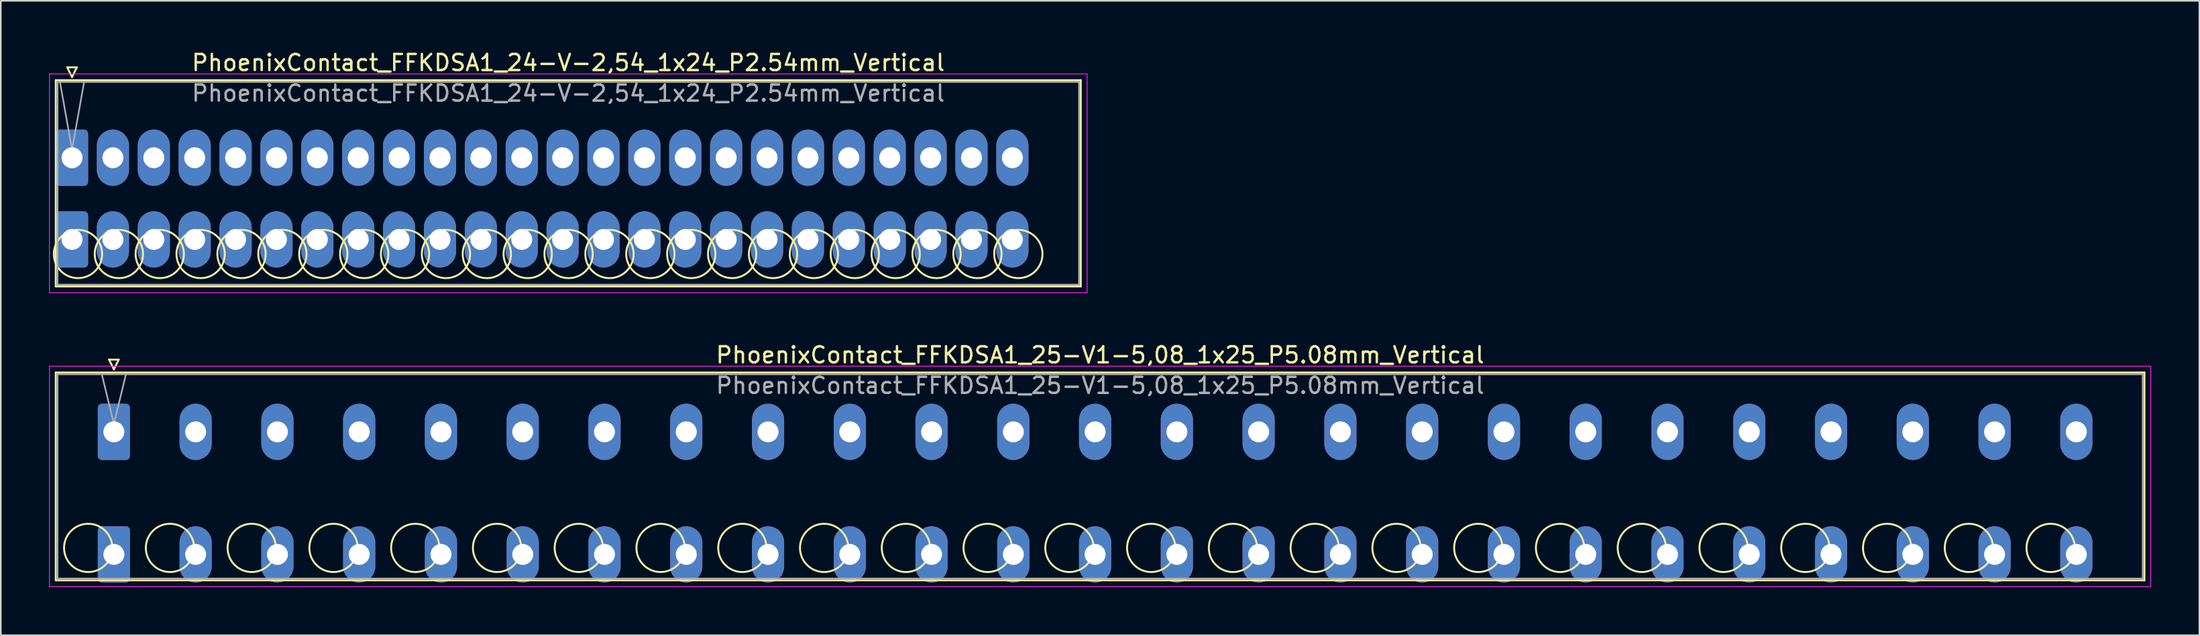
<source format=kicad_pcb>
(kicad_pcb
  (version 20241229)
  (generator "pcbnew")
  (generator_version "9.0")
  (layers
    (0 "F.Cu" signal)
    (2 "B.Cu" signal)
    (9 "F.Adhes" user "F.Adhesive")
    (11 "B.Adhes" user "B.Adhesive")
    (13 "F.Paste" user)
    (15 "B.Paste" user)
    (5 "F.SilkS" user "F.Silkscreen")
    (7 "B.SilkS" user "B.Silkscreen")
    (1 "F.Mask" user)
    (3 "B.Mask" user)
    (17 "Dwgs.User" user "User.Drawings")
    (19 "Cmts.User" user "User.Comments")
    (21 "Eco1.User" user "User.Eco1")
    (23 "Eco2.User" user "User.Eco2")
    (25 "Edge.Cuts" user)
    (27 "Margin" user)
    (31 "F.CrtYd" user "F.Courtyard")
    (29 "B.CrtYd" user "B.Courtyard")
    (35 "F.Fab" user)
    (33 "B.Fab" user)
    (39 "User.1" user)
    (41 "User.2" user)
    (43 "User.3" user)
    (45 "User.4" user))
  (footprint "PhoenixContact_FFKDSA1_25-V1-5,08_1x25_P5.08mm_Vertical"
    (layer "F.Cu")
    (at 4.025 23.802)
    (property "Reference" "PhoenixContact_FFKDSA1_25-V1-5,08_1x25_P5.08mm_Vertical" (at 61.27 -4.78 0) (layer "F.SilkS") (effects (font (size 1 1) (thickness 0.15))))
    (attr through_hole)
    (fp_line (start -3.61 -3.69) (end -3.61 9.23) (stroke (width 0.12) (type solid)) (layer "F.SilkS"))
    (fp_line (start -3.61 9.23) (end 126.15 9.23) (stroke (width 0.12) (type solid)) (layer "F.SilkS"))
    (fp_line (start -0.3 -4.49) (end 0.3 -4.49) (stroke (width 0.12) (type solid)) (layer "F.SilkS"))
    (fp_line (start 0 -3.89) (end -0.3 -4.49) (stroke (width 0.12) (type solid)) (layer "F.SilkS"))
    (fp_line (start 0.3 -4.49) (end 0 -3.89) (stroke (width 0.12) (type solid)) (layer "F.SilkS"))
    (fp_line (start 126.15 -3.69) (end -3.61 -3.69) (stroke (width 0.12) (type solid)) (layer "F.SilkS"))
    (fp_line (start 126.15 9.23) (end 126.15 -3.69) (stroke (width 0.12) (type solid)) (layer "F.SilkS"))
    (fp_circle (center -1.595 7.215) (end -0.095 7.215) (stroke (width 0.12) (type solid)) (fill no) (layer "F.SilkS"))
    (fp_circle (center 3.485 7.215) (end 4.985 7.215) (stroke (width 0.12) (type solid)) (fill no) (layer "F.SilkS"))
    (fp_circle (center 8.565 7.215) (end 10.065 7.215) (stroke (width 0.12) (type solid)) (fill no) (layer "F.SilkS"))
    (fp_circle (center 13.645 7.215) (end 15.145 7.215) (stroke (width 0.12) (type solid)) (fill no) (layer "F.SilkS"))
    (fp_circle (center 18.725 7.215) (end 20.225 7.215) (stroke (width 0.12) (type solid)) (fill no) (layer "F.SilkS"))
    (fp_circle (center 23.805 7.215) (end 25.305 7.215) (stroke (width 0.12) (type solid)) (fill no) (layer "F.SilkS"))
    (fp_circle (center 28.885 7.215) (end 30.385 7.215) (stroke (width 0.12) (type solid)) (fill no) (layer "F.SilkS"))
    (fp_circle (center 33.965 7.215) (end 35.465 7.215) (stroke (width 0.12) (type solid)) (fill no) (layer "F.SilkS"))
    (fp_circle (center 39.045 7.215) (end 40.545 7.215) (stroke (width 0.12) (type solid)) (fill no) (layer "F.SilkS"))
    (fp_circle (center 44.125 7.215) (end 45.625 7.215) (stroke (width 0.12) (type solid)) (fill no) (layer "F.SilkS"))
    (fp_circle (center 49.205 7.215) (end 50.705 7.215) (stroke (width 0.12) (type solid)) (fill no) (layer "F.SilkS"))
    (fp_circle (center 54.285 7.215) (end 55.785 7.215) (stroke (width 0.12) (type solid)) (fill no) (layer "F.SilkS"))
    (fp_circle (center 59.365 7.215) (end 60.865 7.215) (stroke (width 0.12) (type solid)) (fill no) (layer "F.SilkS"))
    (fp_circle (center 64.445 7.215) (end 65.945 7.215) (stroke (width 0.12) (type solid)) (fill no) (layer "F.SilkS"))
    (fp_circle (center 69.525 7.215) (end 71.025 7.215) (stroke (width 0.12) (type solid)) (fill no) (layer "F.SilkS"))
    (fp_circle (center 74.605 7.215) (end 76.105 7.215) (stroke (width 0.12) (type solid)) (fill no) (layer "F.SilkS"))
    (fp_circle (center 79.685 7.215) (end 81.185 7.215) (stroke (width 0.12) (type solid)) (fill no) (layer "F.SilkS"))
    (fp_circle (center 84.765 7.215) (end 86.265 7.215) (stroke (width 0.12) (type solid)) (fill no) (layer "F.SilkS"))
    (fp_circle (center 89.845 7.215) (end 91.345 7.215) (stroke (width 0.12) (type solid)) (fill no) (layer "F.SilkS"))
    (fp_circle (center 94.925 7.215) (end 96.425 7.215) (stroke (width 0.12) (type solid)) (fill no) (layer "F.SilkS"))
    (fp_circle (center 100.005 7.215) (end 101.505 7.215) (stroke (width 0.12) (type solid)) (fill no) (layer "F.SilkS"))
    (fp_circle (center 105.085 7.215) (end 106.585 7.215) (stroke (width 0.12) (type solid)) (fill no) (layer "F.SilkS"))
    (fp_circle (center 110.165 7.215) (end 111.665 7.215) (stroke (width 0.12) (type solid)) (fill no) (layer "F.SilkS"))
    (fp_circle (center 115.245 7.215) (end 116.745 7.215) (stroke (width 0.12) (type solid)) (fill no) (layer "F.SilkS"))
    (fp_circle (center 120.325 7.215) (end 121.825 7.215) (stroke (width 0.12) (type solid)) (fill no) (layer "F.SilkS"))
    (fp_line (start -4 -4.08) (end -4 9.62) (stroke (width 0.05) (type solid)) (layer "F.CrtYd"))
    (fp_line (start -4 9.62) (end 126.54 9.62) (stroke (width 0.05) (type solid)) (layer "F.CrtYd"))
    (fp_line (start 126.54 -4.08) (end -4 -4.08) (stroke (width 0.05) (type solid)) (layer "F.CrtYd"))
    (fp_line (start 126.54 9.62) (end 126.54 -4.08) (stroke (width 0.05) (type solid)) (layer "F.CrtYd"))
    (fp_line (start -3.5 -3.58) (end -3.5 9.12) (stroke (width 0.1) (type solid)) (layer "F.Fab"))
    (fp_line (start -3.5 9.12) (end 126.04 9.12) (stroke (width 0.1) (type solid)) (layer "F.Fab"))
    (fp_line (start 0 -0.5) (end -0.75 -3.58) (stroke (width 0.1) (type solid)) (layer "F.Fab"))
    (fp_line (start 0.75 -3.58) (end 0 -0.5) (stroke (width 0.1) (type solid)) (layer "F.Fab"))
    (fp_line (start 126.04 -3.58) (end -3.5 -3.58) (stroke (width 0.1) (type solid)) (layer "F.Fab"))
    (fp_line (start 126.04 9.12) (end 126.04 -3.58) (stroke (width 0.1) (type solid)) (layer "F.Fab"))
    (fp_text user "${REFERENCE}" (at 61.27 -2.88 0) (layer "F.Fab") (effects (font (size 1 1) (thickness 0.15))))
    (pad "1" thru_hole roundrect (at 0 0) (size 2 3.5) (drill 1.3) (layers "*.Cu" "*.Mask") (roundrect_rratio 0.125))
    (pad "1" thru_hole roundrect (at 0 7.62) (size 2 3.5) (drill 1.3) (layers "*.Cu" "*.Mask") (roundrect_rratio 0.125))
    (pad "2" thru_hole oval (at 5.08 0) (size 2 3.5) (drill 1.3) (layers "*.Cu" "*.Mask"))
    (pad "2" thru_hole oval (at 5.08 7.62) (size 2 3.5) (drill 1.3) (layers "*.Cu" "*.Mask"))
    (pad "3" thru_hole oval (at 10.16 0) (size 2 3.5) (drill 1.3) (layers "*.Cu" "*.Mask"))
    (pad "3" thru_hole oval (at 10.16 7.62) (size 2 3.5) (drill 1.3) (layers "*.Cu" "*.Mask"))
    (pad "4" thru_hole oval (at 15.24 0) (size 2 3.5) (drill 1.3) (layers "*.Cu" "*.Mask"))
    (pad "4" thru_hole oval (at 15.24 7.62) (size 2 3.5) (drill 1.3) (layers "*.Cu" "*.Mask"))
    (pad "5" thru_hole oval (at 20.32 0) (size 2 3.5) (drill 1.3) (layers "*.Cu" "*.Mask"))
    (pad "5" thru_hole oval (at 20.32 7.62) (size 2 3.5) (drill 1.3) (layers "*.Cu" "*.Mask"))
    (pad "6" thru_hole oval (at 25.4 0) (size 2 3.5) (drill 1.3) (layers "*.Cu" "*.Mask"))
    (pad "6" thru_hole oval (at 25.4 7.62) (size 2 3.5) (drill 1.3) (layers "*.Cu" "*.Mask"))
    (pad "7" thru_hole oval (at 30.48 0) (size 2 3.5) (drill 1.3) (layers "*.Cu" "*.Mask"))
    (pad "7" thru_hole oval (at 30.48 7.62) (size 2 3.5) (drill 1.3) (layers "*.Cu" "*.Mask"))
    (pad "8" thru_hole oval (at 35.56 0) (size 2 3.5) (drill 1.3) (layers "*.Cu" "*.Mask"))
    (pad "8" thru_hole oval (at 35.56 7.62) (size 2 3.5) (drill 1.3) (layers "*.Cu" "*.Mask"))
    (pad "9" thru_hole oval (at 40.64 0) (size 2 3.5) (drill 1.3) (layers "*.Cu" "*.Mask"))
    (pad "9" thru_hole oval (at 40.64 7.62) (size 2 3.5) (drill 1.3) (layers "*.Cu" "*.Mask"))
    (pad "10" thru_hole oval (at 45.72 0) (size 2 3.5) (drill 1.3) (layers "*.Cu" "*.Mask"))
    (pad "10" thru_hole oval (at 45.72 7.62) (size 2 3.5) (drill 1.3) (layers "*.Cu" "*.Mask"))
    (pad "11" thru_hole oval (at 50.8 0) (size 2 3.5) (drill 1.3) (layers "*.Cu" "*.Mask"))
    (pad "11" thru_hole oval (at 50.8 7.62) (size 2 3.5) (drill 1.3) (layers "*.Cu" "*.Mask"))
    (pad "12" thru_hole oval (at 55.88 0) (size 2 3.5) (drill 1.3) (layers "*.Cu" "*.Mask"))
    (pad "12" thru_hole oval (at 55.88 7.62) (size 2 3.5) (drill 1.3) (layers "*.Cu" "*.Mask"))
    (pad "13" thru_hole oval (at 60.96 0) (size 2 3.5) (drill 1.3) (layers "*.Cu" "*.Mask"))
    (pad "13" thru_hole oval (at 60.96 7.62) (size 2 3.5) (drill 1.3) (layers "*.Cu" "*.Mask"))
    (pad "14" thru_hole oval (at 66.04 0) (size 2 3.5) (drill 1.3) (layers "*.Cu" "*.Mask"))
    (pad "14" thru_hole oval (at 66.04 7.62) (size 2 3.5) (drill 1.3) (layers "*.Cu" "*.Mask"))
    (pad "15" thru_hole oval (at 71.12 0) (size 2 3.5) (drill 1.3) (layers "*.Cu" "*.Mask"))
    (pad "15" thru_hole oval (at 71.12 7.62) (size 2 3.5) (drill 1.3) (layers "*.Cu" "*.Mask"))
    (pad "16" thru_hole oval (at 76.2 0) (size 2 3.5) (drill 1.3) (layers "*.Cu" "*.Mask"))
    (pad "16" thru_hole oval (at 76.2 7.62) (size 2 3.5) (drill 1.3) (layers "*.Cu" "*.Mask"))
    (pad "17" thru_hole oval (at 81.28 0) (size 2 3.5) (drill 1.3) (layers "*.Cu" "*.Mask"))
    (pad "17" thru_hole oval (at 81.28 7.62) (size 2 3.5) (drill 1.3) (layers "*.Cu" "*.Mask"))
    (pad "18" thru_hole oval (at 86.36 0) (size 2 3.5) (drill 1.3) (layers "*.Cu" "*.Mask"))
    (pad "18" thru_hole oval (at 86.36 7.62) (size 2 3.5) (drill 1.3) (layers "*.Cu" "*.Mask"))
    (pad "19" thru_hole oval (at 91.44 0) (size 2 3.5) (drill 1.3) (layers "*.Cu" "*.Mask"))
    (pad "19" thru_hole oval (at 91.44 7.62) (size 2 3.5) (drill 1.3) (layers "*.Cu" "*.Mask"))
    (pad "20" thru_hole oval (at 96.52 0) (size 2 3.5) (drill 1.3) (layers "*.Cu" "*.Mask"))
    (pad "20" thru_hole oval (at 96.52 7.62) (size 2 3.5) (drill 1.3) (layers "*.Cu" "*.Mask"))
    (pad "21" thru_hole oval (at 101.6 0) (size 2 3.5) (drill 1.3) (layers "*.Cu" "*.Mask"))
    (pad "21" thru_hole oval (at 101.6 7.62) (size 2 3.5) (drill 1.3) (layers "*.Cu" "*.Mask"))
    (pad "22" thru_hole oval (at 106.68 0) (size 2 3.5) (drill 1.3) (layers "*.Cu" "*.Mask"))
    (pad "22" thru_hole oval (at 106.68 7.62) (size 2 3.5) (drill 1.3) (layers "*.Cu" "*.Mask"))
    (pad "23" thru_hole oval (at 111.76 0) (size 2 3.5) (drill 1.3) (layers "*.Cu" "*.Mask"))
    (pad "23" thru_hole oval (at 111.76 7.62) (size 2 3.5) (drill 1.3) (layers "*.Cu" "*.Mask"))
    (pad "24" thru_hole oval (at 116.84 0) (size 2 3.5) (drill 1.3) (layers "*.Cu" "*.Mask"))
    (pad "24" thru_hole oval (at 116.84 7.62) (size 2 3.5) (drill 1.3) (layers "*.Cu" "*.Mask"))
    (pad "25" thru_hole oval (at 121.92 0) (size 2 3.5) (drill 1.3) (layers "*.Cu" "*.Mask"))
    (pad "25" thru_hole oval (at 121.92 7.62) (size 2 3.5) (drill 1.3) (layers "*.Cu" "*.Mask")))
  (footprint "PhoenixContact_FFKDSA1_24-V-2,54_1x24_P2.54mm_Vertical"
    (layer "F.Cu")
    (at 1.425 6.758)
    (property "Reference" "PhoenixContact_FFKDSA1_24-V-2,54_1x24_P2.54mm_Vertical" (at 30.83 -5.91 0) (layer "F.SilkS") (effects (font (size 1 1) (thickness 0.15))))
    (attr through_hole)
    (fp_line (start -1.01 -4.82) (end -1.01 8) (stroke (width 0.12) (type solid)) (layer "F.SilkS"))
    (fp_line (start -1.01 8) (end 62.67 8) (stroke (width 0.12) (type solid)) (layer "F.SilkS"))
    (fp_line (start -0.3 -5.62) (end 0.3 -5.62) (stroke (width 0.12) (type solid)) (layer "F.SilkS"))
    (fp_line (start 0 -5.02) (end -0.3 -5.62) (stroke (width 0.12) (type solid)) (layer "F.SilkS"))
    (fp_line (start 0.3 -5.62) (end 0 -5.02) (stroke (width 0.12) (type solid)) (layer "F.SilkS"))
    (fp_line (start 62.67 -4.82) (end -1.01 -4.82) (stroke (width 0.12) (type solid)) (layer "F.SilkS"))
    (fp_line (start 62.67 8) (end 62.67 -4.82) (stroke (width 0.12) (type solid)) (layer "F.SilkS"))
    (fp_circle (center 0.37 5.985) (end 1.87 5.985) (stroke (width 0.12) (type solid)) (fill no) (layer "F.SilkS"))
    (fp_circle (center 2.91 5.985) (end 4.41 5.985) (stroke (width 0.12) (type solid)) (fill no) (layer "F.SilkS"))
    (fp_circle (center 5.45 5.985) (end 6.95 5.985) (stroke (width 0.12) (type solid)) (fill no) (layer "F.SilkS"))
    (fp_circle (center 7.99 5.985) (end 9.49 5.985) (stroke (width 0.12) (type solid)) (fill no) (layer "F.SilkS"))
    (fp_circle (center 10.53 5.985) (end 12.03 5.985) (stroke (width 0.12) (type solid)) (fill no) (layer "F.SilkS"))
    (fp_circle (center 13.07 5.985) (end 14.57 5.985) (stroke (width 0.12) (type solid)) (fill no) (layer "F.SilkS"))
    (fp_circle (center 15.61 5.985) (end 17.11 5.985) (stroke (width 0.12) (type solid)) (fill no) (layer "F.SilkS"))
    (fp_circle (center 18.15 5.985) (end 19.65 5.985) (stroke (width 0.12) (type solid)) (fill no) (layer "F.SilkS"))
    (fp_circle (center 20.69 5.985) (end 22.19 5.985) (stroke (width 0.12) (type solid)) (fill no) (layer "F.SilkS"))
    (fp_circle (center 23.23 5.985) (end 24.73 5.985) (stroke (width 0.12) (type solid)) (fill no) (layer "F.SilkS"))
    (fp_circle (center 25.77 5.985) (end 27.27 5.985) (stroke (width 0.12) (type solid)) (fill no) (layer "F.SilkS"))
    (fp_circle (center 28.31 5.985) (end 29.81 5.985) (stroke (width 0.12) (type solid)) (fill no) (layer "F.SilkS"))
    (fp_circle (center 30.85 5.985) (end 32.35 5.985) (stroke (width 0.12) (type solid)) (fill no) (layer "F.SilkS"))
    (fp_circle (center 33.39 5.985) (end 34.89 5.985) (stroke (width 0.12) (type solid)) (fill no) (layer "F.SilkS"))
    (fp_circle (center 35.93 5.985) (end 37.43 5.985) (stroke (width 0.12) (type solid)) (fill no) (layer "F.SilkS"))
    (fp_circle (center 38.47 5.985) (end 39.97 5.985) (stroke (width 0.12) (type solid)) (fill no) (layer "F.SilkS"))
    (fp_circle (center 41.01 5.985) (end 42.51 5.985) (stroke (width 0.12) (type solid)) (fill no) (layer "F.SilkS"))
    (fp_circle (center 43.55 5.985) (end 45.05 5.985) (stroke (width 0.12) (type solid)) (fill no) (layer "F.SilkS"))
    (fp_circle (center 46.09 5.985) (end 47.59 5.985) (stroke (width 0.12) (type solid)) (fill no) (layer "F.SilkS"))
    (fp_circle (center 48.63 5.985) (end 50.13 5.985) (stroke (width 0.12) (type solid)) (fill no) (layer "F.SilkS"))
    (fp_circle (center 51.17 5.985) (end 52.67 5.985) (stroke (width 0.12) (type solid)) (fill no) (layer "F.SilkS"))
    (fp_circle (center 53.71 5.985) (end 55.21 5.985) (stroke (width 0.12) (type solid)) (fill no) (layer "F.SilkS"))
    (fp_circle (center 56.25 5.985) (end 57.75 5.985) (stroke (width 0.12) (type solid)) (fill no) (layer "F.SilkS"))
    (fp_circle (center 58.79 5.985) (end 60.29 5.985) (stroke (width 0.12) (type solid)) (fill no) (layer "F.SilkS"))
    (fp_line (start -1.4 -5.21) (end -1.4 8.39) (stroke (width 0.05) (type solid)) (layer "F.CrtYd"))
    (fp_line (start -1.4 8.39) (end 63.06 8.39) (stroke (width 0.05) (type solid)) (layer "F.CrtYd"))
    (fp_line (start 63.06 -5.21) (end -1.4 -5.21) (stroke (width 0.05) (type solid)) (layer "F.CrtYd"))
    (fp_line (start 63.06 8.39) (end 63.06 -5.21) (stroke (width 0.05) (type solid)) (layer "F.CrtYd"))
    (fp_line (start -0.9 -4.71) (end -0.9 7.89) (stroke (width 0.1) (type solid)) (layer "F.Fab"))
    (fp_line (start -0.9 7.89) (end 62.56 7.89) (stroke (width 0.1) (type solid)) (layer "F.Fab"))
    (fp_line (start 0 -0.5) (end -0.75 -4.71) (stroke (width 0.1) (type solid)) (layer "F.Fab"))
    (fp_line (start 0.75 -4.71) (end 0 -0.5) (stroke (width 0.1) (type solid)) (layer "F.Fab"))
    (fp_line (start 62.56 -4.71) (end -0.9 -4.71) (stroke (width 0.1) (type solid)) (layer "F.Fab"))
    (fp_line (start 62.56 7.89) (end 62.56 -4.71) (stroke (width 0.1) (type solid)) (layer "F.Fab"))
    (fp_text user "${REFERENCE}" (at 30.83 -4.01 0) (layer "F.Fab") (effects (font (size 1 1) (thickness 0.15))))
    (pad "1" thru_hole roundrect (at 0 0) (size 2 3.5) (drill 1.3) (layers "*.Cu" "*.Mask") (roundrect_rratio 0.125))
    (pad "1" thru_hole roundrect (at 0 5.08) (size 2 3.5) (drill 1.3) (layers "*.Cu" "*.Mask") (roundrect_rratio 0.125))
    (pad "2" thru_hole oval (at 2.54 0) (size 2 3.5) (drill 1.3) (layers "*.Cu" "*.Mask"))
    (pad "2" thru_hole oval (at 2.54 5.08) (size 2 3.5) (drill 1.3) (layers "*.Cu" "*.Mask"))
    (pad "3" thru_hole oval (at 5.08 0) (size 2 3.5) (drill 1.3) (layers "*.Cu" "*.Mask"))
    (pad "3" thru_hole oval (at 5.08 5.08) (size 2 3.5) (drill 1.3) (layers "*.Cu" "*.Mask"))
    (pad "4" thru_hole oval (at 7.62 0) (size 2 3.5) (drill 1.3) (layers "*.Cu" "*.Mask"))
    (pad "4" thru_hole oval (at 7.62 5.08) (size 2 3.5) (drill 1.3) (layers "*.Cu" "*.Mask"))
    (pad "5" thru_hole oval (at 10.16 0) (size 2 3.5) (drill 1.3) (layers "*.Cu" "*.Mask"))
    (pad "5" thru_hole oval (at 10.16 5.08) (size 2 3.5) (drill 1.3) (layers "*.Cu" "*.Mask"))
    (pad "6" thru_hole oval (at 12.7 0) (size 2 3.5) (drill 1.3) (layers "*.Cu" "*.Mask"))
    (pad "6" thru_hole oval (at 12.7 5.08) (size 2 3.5) (drill 1.3) (layers "*.Cu" "*.Mask"))
    (pad "7" thru_hole oval (at 15.24 0) (size 2 3.5) (drill 1.3) (layers "*.Cu" "*.Mask"))
    (pad "7" thru_hole oval (at 15.24 5.08) (size 2 3.5) (drill 1.3) (layers "*.Cu" "*.Mask"))
    (pad "8" thru_hole oval (at 17.78 0) (size 2 3.5) (drill 1.3) (layers "*.Cu" "*.Mask"))
    (pad "8" thru_hole oval (at 17.78 5.08) (size 2 3.5) (drill 1.3) (layers "*.Cu" "*.Mask"))
    (pad "9" thru_hole oval (at 20.32 0) (size 2 3.5) (drill 1.3) (layers "*.Cu" "*.Mask"))
    (pad "9" thru_hole oval (at 20.32 5.08) (size 2 3.5) (drill 1.3) (layers "*.Cu" "*.Mask"))
    (pad "10" thru_hole oval (at 22.86 0) (size 2 3.5) (drill 1.3) (layers "*.Cu" "*.Mask"))
    (pad "10" thru_hole oval (at 22.86 5.08) (size 2 3.5) (drill 1.3) (layers "*.Cu" "*.Mask"))
    (pad "11" thru_hole oval (at 25.4 0) (size 2 3.5) (drill 1.3) (layers "*.Cu" "*.Mask"))
    (pad "11" thru_hole oval (at 25.4 5.08) (size 2 3.5) (drill 1.3) (layers "*.Cu" "*.Mask"))
    (pad "12" thru_hole oval (at 27.94 0) (size 2 3.5) (drill 1.3) (layers "*.Cu" "*.Mask"))
    (pad "12" thru_hole oval (at 27.94 5.08) (size 2 3.5) (drill 1.3) (layers "*.Cu" "*.Mask"))
    (pad "13" thru_hole oval (at 30.48 0) (size 2 3.5) (drill 1.3) (layers "*.Cu" "*.Mask"))
    (pad "13" thru_hole oval (at 30.48 5.08) (size 2 3.5) (drill 1.3) (layers "*.Cu" "*.Mask"))
    (pad "14" thru_hole oval (at 33.02 0) (size 2 3.5) (drill 1.3) (layers "*.Cu" "*.Mask"))
    (pad "14" thru_hole oval (at 33.02 5.08) (size 2 3.5) (drill 1.3) (layers "*.Cu" "*.Mask"))
    (pad "15" thru_hole oval (at 35.56 0) (size 2 3.5) (drill 1.3) (layers "*.Cu" "*.Mask"))
    (pad "15" thru_hole oval (at 35.56 5.08) (size 2 3.5) (drill 1.3) (layers "*.Cu" "*.Mask"))
    (pad "16" thru_hole oval (at 38.1 0) (size 2 3.5) (drill 1.3) (layers "*.Cu" "*.Mask"))
    (pad "16" thru_hole oval (at 38.1 5.08) (size 2 3.5) (drill 1.3) (layers "*.Cu" "*.Mask"))
    (pad "17" thru_hole oval (at 40.64 0) (size 2 3.5) (drill 1.3) (layers "*.Cu" "*.Mask"))
    (pad "17" thru_hole oval (at 40.64 5.08) (size 2 3.5) (drill 1.3) (layers "*.Cu" "*.Mask"))
    (pad "18" thru_hole oval (at 43.18 0) (size 2 3.5) (drill 1.3) (layers "*.Cu" "*.Mask"))
    (pad "18" thru_hole oval (at 43.18 5.08) (size 2 3.5) (drill 1.3) (layers "*.Cu" "*.Mask"))
    (pad "19" thru_hole oval (at 45.72 0) (size 2 3.5) (drill 1.3) (layers "*.Cu" "*.Mask"))
    (pad "19" thru_hole oval (at 45.72 5.08) (size 2 3.5) (drill 1.3) (layers "*.Cu" "*.Mask"))
    (pad "20" thru_hole oval (at 48.26 0) (size 2 3.5) (drill 1.3) (layers "*.Cu" "*.Mask"))
    (pad "20" thru_hole oval (at 48.26 5.08) (size 2 3.5) (drill 1.3) (layers "*.Cu" "*.Mask"))
    (pad "21" thru_hole oval (at 50.8 0) (size 2 3.5) (drill 1.3) (layers "*.Cu" "*.Mask"))
    (pad "21" thru_hole oval (at 50.8 5.08) (size 2 3.5) (drill 1.3) (layers "*.Cu" "*.Mask"))
    (pad "22" thru_hole oval (at 53.34 0) (size 2 3.5) (drill 1.3) (layers "*.Cu" "*.Mask"))
    (pad "22" thru_hole oval (at 53.34 5.08) (size 2 3.5) (drill 1.3) (layers "*.Cu" "*.Mask"))
    (pad "23" thru_hole oval (at 55.88 0) (size 2 3.5) (drill 1.3) (layers "*.Cu" "*.Mask"))
    (pad "23" thru_hole oval (at 55.88 5.08) (size 2 3.5) (drill 1.3) (layers "*.Cu" "*.Mask"))
    (pad "24" thru_hole oval (at 58.42 0) (size 2 3.5) (drill 1.3) (layers "*.Cu" "*.Mask"))
    (pad "24" thru_hole oval (at 58.42 5.08) (size 2 3.5) (drill 1.3) (layers "*.Cu" "*.Mask")))
  (gr_rect
    (start -3 -3)
    (end 133.59 36.447)
    (stroke (width 0.1) (type default))
    (fill no)
    (layer "Edge.Cuts")))
</source>
